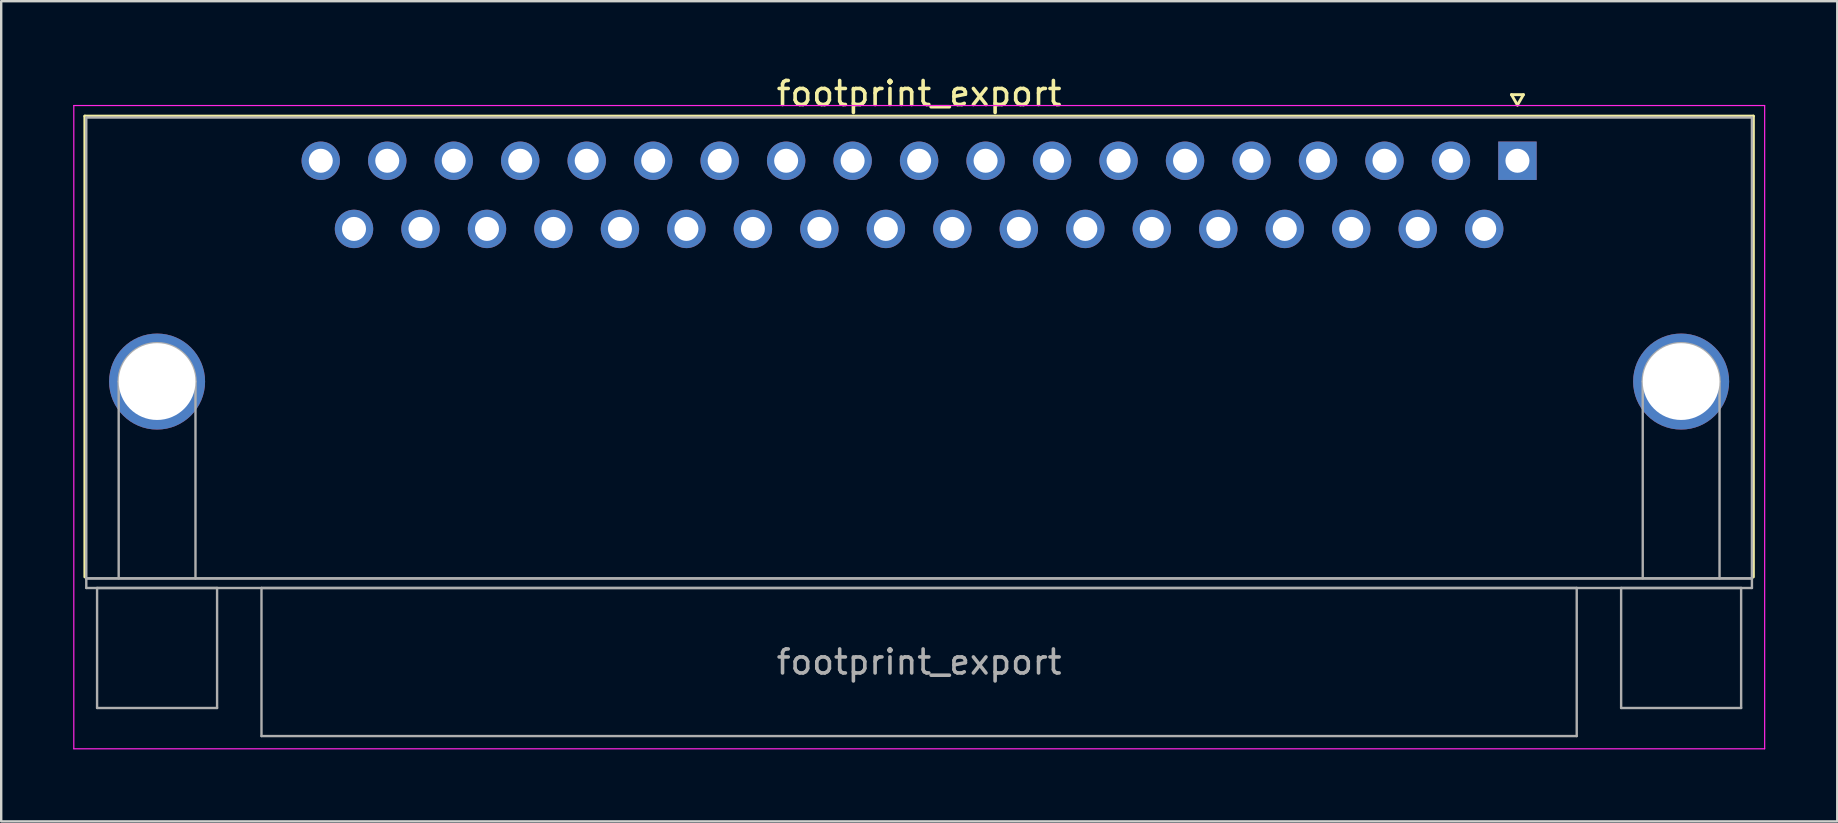
<source format=kicad_pcb>
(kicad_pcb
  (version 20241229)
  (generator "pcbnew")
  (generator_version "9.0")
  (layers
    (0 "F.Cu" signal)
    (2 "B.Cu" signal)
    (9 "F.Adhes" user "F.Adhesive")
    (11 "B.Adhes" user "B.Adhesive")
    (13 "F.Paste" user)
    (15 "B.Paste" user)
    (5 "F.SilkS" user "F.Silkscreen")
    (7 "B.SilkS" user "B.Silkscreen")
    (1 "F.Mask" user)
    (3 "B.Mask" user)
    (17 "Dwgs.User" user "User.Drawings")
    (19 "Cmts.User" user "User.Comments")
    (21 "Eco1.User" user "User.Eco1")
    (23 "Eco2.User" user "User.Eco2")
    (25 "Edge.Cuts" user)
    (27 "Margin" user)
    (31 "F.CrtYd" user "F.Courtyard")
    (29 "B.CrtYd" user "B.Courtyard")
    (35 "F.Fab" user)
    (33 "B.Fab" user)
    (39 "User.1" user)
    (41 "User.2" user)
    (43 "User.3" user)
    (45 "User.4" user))
  (footprint "footprint_export"
    (layer "F.Cu")
    (at 60.175 3.648)
    (property "Reference" "footprint_export" (at -24.93 -2.8 0) (layer "F.SilkS") (effects (font (size 1 1) (thickness 0.15))))
    (attr through_hole)
    (fp_line (start -59.69 -1.86) (end 9.83 -1.86) (stroke (width 0.12) (type solid)) (layer "F.SilkS"))
    (fp_line (start -59.69 17.34) (end -59.69 -1.86) (stroke (width 0.12) (type solid)) (layer "F.SilkS"))
    (fp_line (start -0.25 -2.754) (end 0.25 -2.754) (stroke (width 0.12) (type solid)) (layer "F.SilkS"))
    (fp_line (start 0 -2.321) (end -0.25 -2.754) (stroke (width 0.12) (type solid)) (layer "F.SilkS"))
    (fp_line (start 0.25 -2.754) (end 0 -2.321) (stroke (width 0.12) (type solid)) (layer "F.SilkS"))
    (fp_line (start 9.83 -1.86) (end 9.83 17.34) (stroke (width 0.12) (type solid)) (layer "F.SilkS"))
    (fp_line (start -60.15 -2.3) (end -60.15 24.5) (stroke (width 0.05) (type solid)) (layer "F.CrtYd"))
    (fp_line (start -60.15 24.5) (end 10.3 24.5) (stroke (width 0.05) (type solid)) (layer "F.CrtYd"))
    (fp_line (start 10.3 -2.3) (end -60.15 -2.3) (stroke (width 0.05) (type solid)) (layer "F.CrtYd"))
    (fp_line (start 10.3 24.5) (end 10.3 -2.3) (stroke (width 0.05) (type solid)) (layer "F.CrtYd"))
    (fp_line (start -59.63 -1.8) (end -59.63 17.4) (stroke (width 0.1) (type solid)) (layer "F.Fab"))
    (fp_line (start -59.63 17.4) (end -59.63 17.8) (stroke (width 0.1) (type solid)) (layer "F.Fab"))
    (fp_line (start -59.63 17.4) (end 9.77 17.4) (stroke (width 0.1) (type solid)) (layer "F.Fab"))
    (fp_line (start -59.63 17.8) (end 9.77 17.8) (stroke (width 0.1) (type solid)) (layer "F.Fab"))
    (fp_line (start -59.18 17.8) (end -59.18 22.8) (stroke (width 0.1) (type solid)) (layer "F.Fab"))
    (fp_line (start -59.18 22.8) (end -54.18 22.8) (stroke (width 0.1) (type solid)) (layer "F.Fab"))
    (fp_line (start -58.28 17.4) (end -58.28 9.2) (stroke (width 0.1) (type solid)) (layer "F.Fab"))
    (fp_line (start -55.08 17.4) (end -55.08 9.2) (stroke (width 0.1) (type solid)) (layer "F.Fab"))
    (fp_line (start -54.18 17.8) (end -59.18 17.8) (stroke (width 0.1) (type solid)) (layer "F.Fab"))
    (fp_line (start -54.18 22.8) (end -54.18 17.8) (stroke (width 0.1) (type solid)) (layer "F.Fab"))
    (fp_line (start -52.33 17.8) (end -52.33 23.97) (stroke (width 0.1) (type solid)) (layer "F.Fab"))
    (fp_line (start -52.33 23.97) (end 2.47 23.97) (stroke (width 0.1) (type solid)) (layer "F.Fab"))
    (fp_line (start 2.47 17.8) (end -52.33 17.8) (stroke (width 0.1) (type solid)) (layer "F.Fab"))
    (fp_line (start 2.47 23.97) (end 2.47 17.8) (stroke (width 0.1) (type solid)) (layer "F.Fab"))
    (fp_line (start 4.32 17.8) (end 4.32 22.8) (stroke (width 0.1) (type solid)) (layer "F.Fab"))
    (fp_line (start 4.32 22.8) (end 9.32 22.8) (stroke (width 0.1) (type solid)) (layer "F.Fab"))
    (fp_line (start 5.22 17.4) (end 5.22 9.2) (stroke (width 0.1) (type solid)) (layer "F.Fab"))
    (fp_line (start 8.42 17.4) (end 8.42 9.2) (stroke (width 0.1) (type solid)) (layer "F.Fab"))
    (fp_line (start 9.32 17.8) (end 4.32 17.8) (stroke (width 0.1) (type solid)) (layer "F.Fab"))
    (fp_line (start 9.32 22.8) (end 9.32 17.8) (stroke (width 0.1) (type solid)) (layer "F.Fab"))
    (fp_line (start 9.77 -1.8) (end -59.63 -1.8) (stroke (width 0.1) (type solid)) (layer "F.Fab"))
    (fp_line (start 9.77 17.4) (end -59.63 17.4) (stroke (width 0.1) (type solid)) (layer "F.Fab"))
    (fp_line (start 9.77 17.4) (end 9.77 -1.8) (stroke (width 0.1) (type solid)) (layer "F.Fab"))
    (fp_line (start 9.77 17.8) (end 9.77 17.4) (stroke (width 0.1) (type solid)) (layer "F.Fab"))
    (fp_arc (start -58.28 9.2) (mid -56.68 7.6) (end -55.08 9.2) (stroke (width 0.1) (type solid)) (layer "F.Fab"))
    (fp_arc (start 5.22 9.2) (mid 6.82 7.6) (end 8.42 9.2) (stroke (width 0.1) (type solid)) (layer "F.Fab"))
    (fp_text user "${REFERENCE}" (at -24.93 20.885 0) (layer "F.Fab") (effects (font (size 1 1) (thickness 0.15))))
    (pad "0" thru_hole circle (at -56.68 9.2) (size 4 4) (drill 3.2) (layers "*.Cu" "*.Mask"))
    (pad "0" thru_hole circle (at 6.82 9.2) (size 4 4) (drill 3.2) (layers "*.Cu" "*.Mask"))
    (pad "1" thru_hole rect (at 0 0) (size 1.6 1.6) (drill 1) (layers "*.Cu" "*.Mask"))
    (pad "2" thru_hole circle (at -2.77 0) (size 1.6 1.6) (drill 1) (layers "*.Cu" "*.Mask"))
    (pad "3" thru_hole circle (at -5.54 0) (size 1.6 1.6) (drill 1) (layers "*.Cu" "*.Mask"))
    (pad "4" thru_hole circle (at -8.31 0) (size 1.6 1.6) (drill 1) (layers "*.Cu" "*.Mask"))
    (pad "5" thru_hole circle (at -11.08 0) (size 1.6 1.6) (drill 1) (layers "*.Cu" "*.Mask"))
    (pad "6" thru_hole circle (at -13.85 0) (size 1.6 1.6) (drill 1) (layers "*.Cu" "*.Mask"))
    (pad "7" thru_hole circle (at -16.62 0) (size 1.6 1.6) (drill 1) (layers "*.Cu" "*.Mask"))
    (pad "8" thru_hole circle (at -19.39 0) (size 1.6 1.6) (drill 1) (layers "*.Cu" "*.Mask"))
    (pad "9" thru_hole circle (at -22.16 0) (size 1.6 1.6) (drill 1) (layers "*.Cu" "*.Mask"))
    (pad "10" thru_hole circle (at -24.93 0) (size 1.6 1.6) (drill 1) (layers "*.Cu" "*.Mask"))
    (pad "11" thru_hole circle (at -27.7 0) (size 1.6 1.6) (drill 1) (layers "*.Cu" "*.Mask"))
    (pad "12" thru_hole circle (at -30.47 0) (size 1.6 1.6) (drill 1) (layers "*.Cu" "*.Mask"))
    (pad "13" thru_hole circle (at -33.24 0) (size 1.6 1.6) (drill 1) (layers "*.Cu" "*.Mask"))
    (pad "14" thru_hole circle (at -36.01 0) (size 1.6 1.6) (drill 1) (layers "*.Cu" "*.Mask"))
    (pad "15" thru_hole circle (at -38.78 0) (size 1.6 1.6) (drill 1) (layers "*.Cu" "*.Mask"))
    (pad "16" thru_hole circle (at -41.55 0) (size 1.6 1.6) (drill 1) (layers "*.Cu" "*.Mask"))
    (pad "17" thru_hole circle (at -44.32 0) (size 1.6 1.6) (drill 1) (layers "*.Cu" "*.Mask"))
    (pad "18" thru_hole circle (at -47.09 0) (size 1.6 1.6) (drill 1) (layers "*.Cu" "*.Mask"))
    (pad "19" thru_hole circle (at -49.86 0) (size 1.6 1.6) (drill 1) (layers "*.Cu" "*.Mask"))
    (pad "20" thru_hole circle (at -1.385 2.84) (size 1.6 1.6) (drill 1) (layers "*.Cu" "*.Mask"))
    (pad "21" thru_hole circle (at -4.155 2.84) (size 1.6 1.6) (drill 1) (layers "*.Cu" "*.Mask"))
    (pad "22" thru_hole circle (at -6.925 2.84) (size 1.6 1.6) (drill 1) (layers "*.Cu" "*.Mask"))
    (pad "23" thru_hole circle (at -9.695 2.84) (size 1.6 1.6) (drill 1) (layers "*.Cu" "*.Mask"))
    (pad "24" thru_hole circle (at -12.465 2.84) (size 1.6 1.6) (drill 1) (layers "*.Cu" "*.Mask"))
    (pad "25" thru_hole circle (at -15.235 2.84) (size 1.6 1.6) (drill 1) (layers "*.Cu" "*.Mask"))
    (pad "26" thru_hole circle (at -18.005 2.84) (size 1.6 1.6) (drill 1) (layers "*.Cu" "*.Mask"))
    (pad "27" thru_hole circle (at -20.775 2.84) (size 1.6 1.6) (drill 1) (layers "*.Cu" "*.Mask"))
    (pad "28" thru_hole circle (at -23.545 2.84) (size 1.6 1.6) (drill 1) (layers "*.Cu" "*.Mask"))
    (pad "29" thru_hole circle (at -26.315 2.84) (size 1.6 1.6) (drill 1) (layers "*.Cu" "*.Mask"))
    (pad "30" thru_hole circle (at -29.085 2.84) (size 1.6 1.6) (drill 1) (layers "*.Cu" "*.Mask"))
    (pad "31" thru_hole circle (at -31.855 2.84) (size 1.6 1.6) (drill 1) (layers "*.Cu" "*.Mask"))
    (pad "32" thru_hole circle (at -34.625 2.84) (size 1.6 1.6) (drill 1) (layers "*.Cu" "*.Mask"))
    (pad "33" thru_hole circle (at -37.395 2.84) (size 1.6 1.6) (drill 1) (layers "*.Cu" "*.Mask"))
    (pad "34" thru_hole circle (at -40.165 2.84) (size 1.6 1.6) (drill 1) (layers "*.Cu" "*.Mask"))
    (pad "35" thru_hole circle (at -42.935 2.84) (size 1.6 1.6) (drill 1) (layers "*.Cu" "*.Mask"))
    (pad "36" thru_hole circle (at -45.705 2.84) (size 1.6 1.6) (drill 1) (layers "*.Cu" "*.Mask"))
    (pad "37" thru_hole circle (at -48.475 2.84) (size 1.6 1.6) (drill 1) (layers "*.Cu" "*.Mask")))
  (gr_rect
    (start -3 -3)
    (end 73.5 31.173)
    (stroke (width 0.1) (type default))
    (fill no)
    (layer "Edge.Cuts")))
</source>
